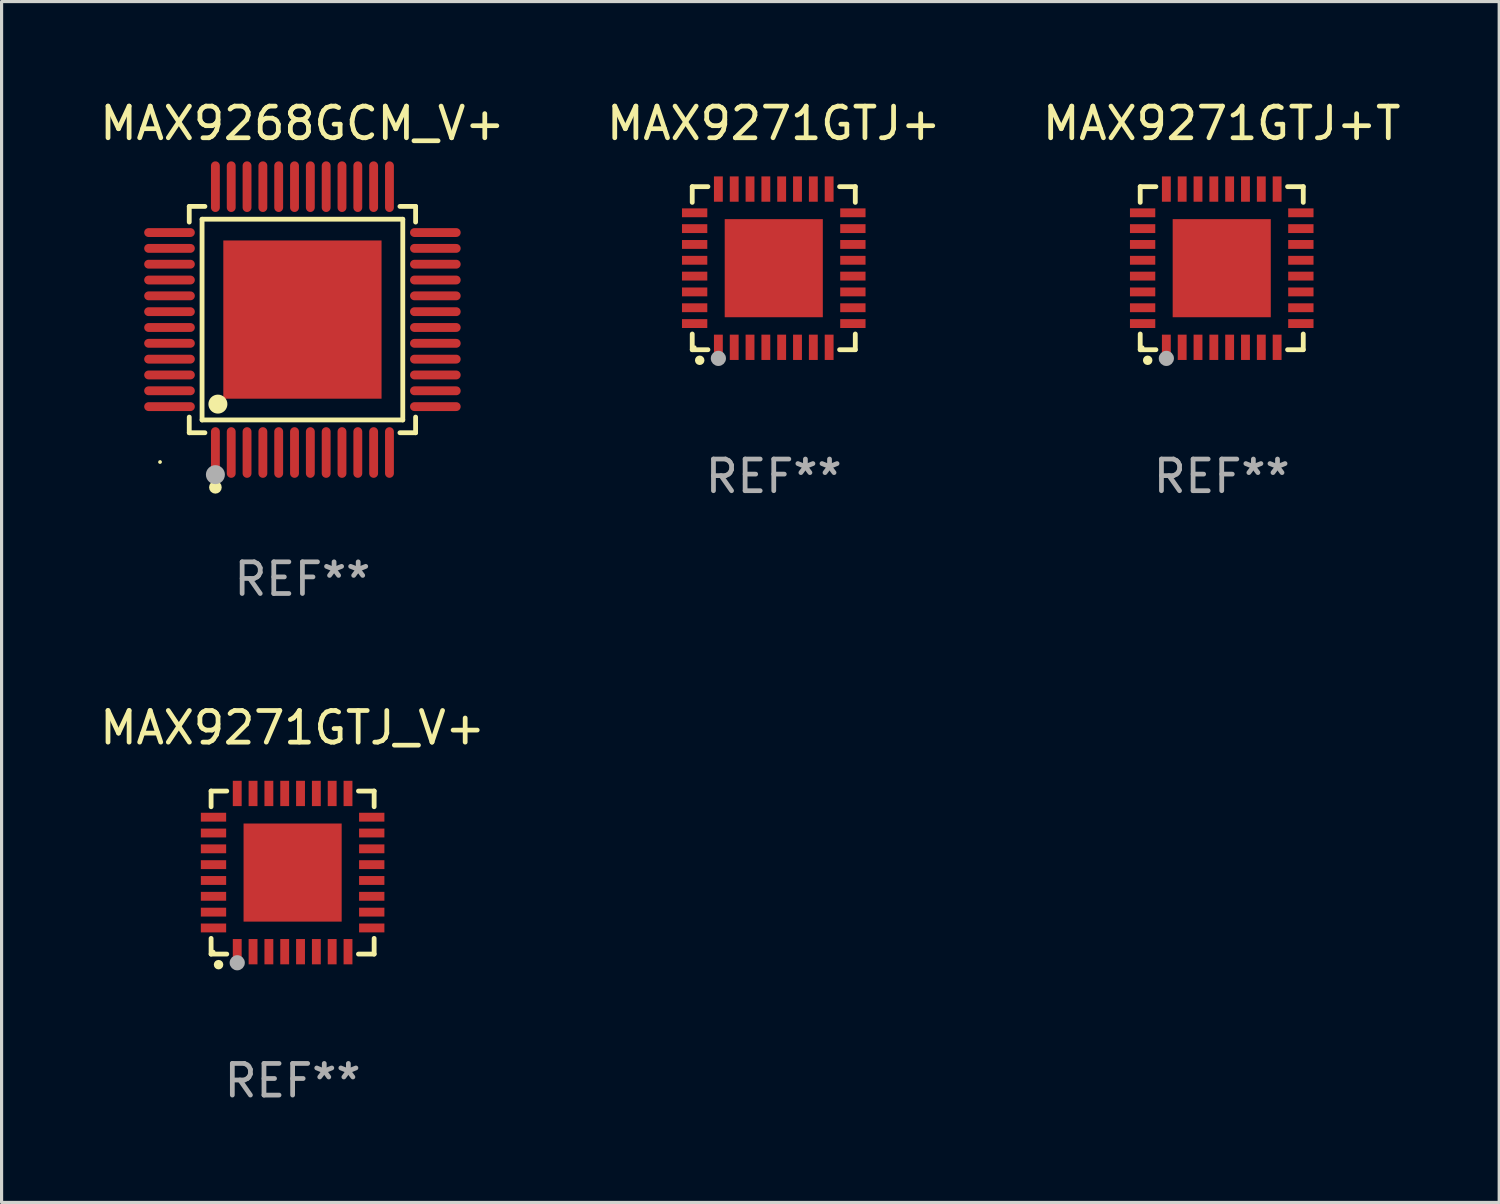
<source format=kicad_pcb>
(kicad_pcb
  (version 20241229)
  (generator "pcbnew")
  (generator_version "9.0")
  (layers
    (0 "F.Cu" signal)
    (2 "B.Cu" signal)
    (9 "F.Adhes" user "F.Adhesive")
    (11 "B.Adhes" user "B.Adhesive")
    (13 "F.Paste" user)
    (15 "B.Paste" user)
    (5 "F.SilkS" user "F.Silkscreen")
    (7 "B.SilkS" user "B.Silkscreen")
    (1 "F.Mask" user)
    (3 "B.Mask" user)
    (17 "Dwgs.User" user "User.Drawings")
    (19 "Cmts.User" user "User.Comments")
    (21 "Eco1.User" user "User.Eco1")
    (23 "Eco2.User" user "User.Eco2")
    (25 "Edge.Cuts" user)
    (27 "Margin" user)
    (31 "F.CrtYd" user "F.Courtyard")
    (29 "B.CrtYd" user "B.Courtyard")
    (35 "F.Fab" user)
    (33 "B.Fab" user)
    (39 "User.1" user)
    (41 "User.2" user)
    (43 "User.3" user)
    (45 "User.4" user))
  (footprint "MAX9271GTJ+T"
    (layer "F.Cu")
    (at 35.554 5.424)
    (property "Reference" "MAX9271GTJ+T" (at 0 -4.576 0) (layer "F.SilkS") (effects (font (size 1 1) (thickness 0.15))))
    (attr through_hole)
    (fp_line (start -2.576 -2.576) (end -2.08 -2.576) (stroke (width 0.152) (type solid)) (layer "F.SilkS"))
    (fp_line (start -2.576 -2.08) (end -2.576 -2.576) (stroke (width 0.152) (type solid)) (layer "F.SilkS"))
    (fp_line (start -2.576 2.08) (end -2.576 2.576) (stroke (width 0.152) (type solid)) (layer "F.SilkS"))
    (fp_line (start -2.576 2.576) (end -2.08 2.576) (stroke (width 0.152) (type solid)) (layer "F.SilkS"))
    (fp_line (start 2.576 -2.576) (end 2.08 -2.576) (stroke (width 0.152) (type solid)) (layer "F.SilkS"))
    (fp_line (start 2.576 -2.08) (end 2.576 -2.576) (stroke (width 0.152) (type solid)) (layer "F.SilkS"))
    (fp_line (start 2.576 2.08) (end 2.576 2.576) (stroke (width 0.152) (type solid)) (layer "F.SilkS"))
    (fp_line (start 2.576 2.576) (end 2.08 2.576) (stroke (width 0.152) (type solid)) (layer "F.SilkS"))
    (fp_circle (center -2.5 2.5) (end -2.47 2.5) (stroke (width 0.06) (type solid)) (fill no) (layer "F.SilkS"))
    (fp_circle (center -2.34 2.91) (end -2.265 2.91) (stroke (width 0.15) (type solid)) (fill no) (layer "F.SilkS"))
    (fp_circle (center -1.75 2.85) (end -1.63 2.85) (stroke (width 0.24) (type solid)) (fill no) (layer "F.Fab"))
    (fp_text user "REF**" (at 0 6.576 0) (layer "F.Fab") (effects (font (size 1 1) (thickness 0.15))))
    (pad "1" smd rect (at -1.75 2.5) (size 0.28 0.8) (layers "F.Cu" "F.Mask" "F.Paste"))
    (pad "2" smd rect (at -1.25 2.5) (size 0.28 0.8) (layers "F.Cu" "F.Mask" "F.Paste"))
    (pad "3" smd rect (at -0.75 2.5) (size 0.28 0.8) (layers "F.Cu" "F.Mask" "F.Paste"))
    (pad "4" smd rect (at -0.25 2.5) (size 0.28 0.8) (layers "F.Cu" "F.Mask" "F.Paste"))
    (pad "5" smd rect (at 0.25 2.5) (size 0.28 0.8) (layers "F.Cu" "F.Mask" "F.Paste"))
    (pad "6" smd rect (at 0.75 2.5) (size 0.28 0.8) (layers "F.Cu" "F.Mask" "F.Paste"))
    (pad "7" smd rect (at 1.25 2.5) (size 0.28 0.8) (layers "F.Cu" "F.Mask" "F.Paste"))
    (pad "8" smd rect (at 1.75 2.5) (size 0.28 0.8) (layers "F.Cu" "F.Mask" "F.Paste"))
    (pad "9" smd rect (at 2.5 1.75) (size 0.8 0.28) (layers "F.Cu" "F.Mask" "F.Paste"))
    (pad "10" smd rect (at 2.5 1.25) (size 0.8 0.28) (layers "F.Cu" "F.Mask" "F.Paste"))
    (pad "11" smd rect (at 2.5 0.75) (size 0.8 0.28) (layers "F.Cu" "F.Mask" "F.Paste"))
    (pad "12" smd rect (at 2.5 0.25) (size 0.8 0.28) (layers "F.Cu" "F.Mask" "F.Paste"))
    (pad "13" smd rect (at 2.5 -0.25) (size 0.8 0.28) (layers "F.Cu" "F.Mask" "F.Paste"))
    (pad "14" smd rect (at 2.5 -0.75) (size 0.8 0.28) (layers "F.Cu" "F.Mask" "F.Paste"))
    (pad "15" smd rect (at 2.5 -1.25) (size 0.8 0.28) (layers "F.Cu" "F.Mask" "F.Paste"))
    (pad "16" smd rect (at 2.5 -1.75) (size 0.8 0.28) (layers "F.Cu" "F.Mask" "F.Paste"))
    (pad "17" smd rect (at 1.75 -2.5) (size 0.28 0.8) (layers "F.Cu" "F.Mask" "F.Paste"))
    (pad "18" smd rect (at 1.25 -2.5) (size 0.28 0.8) (layers "F.Cu" "F.Mask" "F.Paste"))
    (pad "19" smd rect (at 0.75 -2.5) (size 0.28 0.8) (layers "F.Cu" "F.Mask" "F.Paste"))
    (pad "20" smd rect (at 0.25 -2.5) (size 0.28 0.8) (layers "F.Cu" "F.Mask" "F.Paste"))
    (pad "21" smd rect (at -0.25 -2.5) (size 0.28 0.8) (layers "F.Cu" "F.Mask" "F.Paste"))
    (pad "22" smd rect (at -0.75 -2.5) (size 0.28 0.8) (layers "F.Cu" "F.Mask" "F.Paste"))
    (pad "23" smd rect (at -1.25 -2.5) (size 0.28 0.8) (layers "F.Cu" "F.Mask" "F.Paste"))
    (pad "24" smd rect (at -1.75 -2.5) (size 0.28 0.8) (layers "F.Cu" "F.Mask" "F.Paste"))
    (pad "25" smd rect (at -2.5 -1.75) (size 0.8 0.28) (layers "F.Cu" "F.Mask" "F.Paste"))
    (pad "26" smd rect (at -2.5 -1.25) (size 0.8 0.28) (layers "F.Cu" "F.Mask" "F.Paste"))
    (pad "27" smd rect (at -2.5 -0.75) (size 0.8 0.28) (layers "F.Cu" "F.Mask" "F.Paste"))
    (pad "28" smd rect (at -2.5 -0.25) (size 0.8 0.28) (layers "F.Cu" "F.Mask" "F.Paste"))
    (pad "29" smd rect (at -2.5 0.25) (size 0.8 0.28) (layers "F.Cu" "F.Mask" "F.Paste"))
    (pad "30" smd rect (at -2.5 0.75) (size 0.8 0.28) (layers "F.Cu" "F.Mask" "F.Paste"))
    (pad "31" smd rect (at -2.5 1.25) (size 0.8 0.28) (layers "F.Cu" "F.Mask" "F.Paste"))
    (pad "32" smd rect (at -2.5 1.75) (size 0.8 0.28) (layers "F.Cu" "F.Mask" "F.Paste"))
    (pad "33" smd rect (at 0 0) (size 3.1 3.1) (layers "F.Cu" "F.Mask" "F.Paste")))
  (footprint "MAX9268GCM_V+"
    (layer "F.Cu")
    (at 6.506 7.048)
    (property "Reference" "MAX9268GCM_V+" (at 0 -6.2 0) (layer "F.SilkS") (effects (font (size 1 1) (thickness 0.15))))
    (attr through_hole)
    (fp_line (start -3.576 -3.576) (end -3.081 -3.576) (stroke (width 0.152) (type solid)) (layer "F.SilkS"))
    (fp_line (start -3.576 -3.081) (end -3.576 -3.576) (stroke (width 0.152) (type solid)) (layer "F.SilkS"))
    (fp_line (start -3.576 3.081) (end -3.576 3.576) (stroke (width 0.152) (type solid)) (layer "F.SilkS"))
    (fp_line (start -3.576 3.576) (end -3.081 3.576) (stroke (width 0.152) (type solid)) (layer "F.SilkS"))
    (fp_line (start -3.171 -3.171) (end 3.171 -3.171) (stroke (width 0.152) (type solid)) (layer "F.SilkS"))
    (fp_line (start -3.171 3.171) (end -3.171 -3.171) (stroke (width 0.152) (type solid)) (layer "F.SilkS"))
    (fp_line (start 3.171 -3.171) (end 3.171 3.171) (stroke (width 0.152) (type solid)) (layer "F.SilkS"))
    (fp_line (start 3.171 3.171) (end -3.171 3.171) (stroke (width 0.152) (type solid)) (layer "F.SilkS"))
    (fp_line (start 3.576 -3.576) (end 3.081 -3.576) (stroke (width 0.152) (type solid)) (layer "F.SilkS"))
    (fp_line (start 3.576 -3.081) (end 3.576 -3.576) (stroke (width 0.152) (type solid)) (layer "F.SilkS"))
    (fp_line (start 3.576 3.081) (end 3.576 3.576) (stroke (width 0.152) (type solid)) (layer "F.SilkS"))
    (fp_line (start 3.576 3.576) (end 3.081 3.576) (stroke (width 0.152) (type solid)) (layer "F.SilkS"))
    (fp_circle (center -4.5 4.5) (end -4.47 4.5) (stroke (width 0.06) (type solid)) (fill no) (layer "F.SilkS"))
    (fp_circle (center -2.75 5.3) (end -2.65 5.3) (stroke (width 0.2) (type solid)) (fill no) (layer "F.SilkS"))
    (fp_circle (center -2.671 2.671) (end -2.521 2.671) (stroke (width 0.3) (type solid)) (fill no) (layer "F.SilkS"))
    (fp_circle (center -2.75 4.9) (end -2.6 4.9) (stroke (width 0.3) (type solid)) (fill no) (layer "F.Fab"))
    (fp_text user "REF**" (at 0 8.2 0) (layer "F.Fab") (effects (font (size 1 1) (thickness 0.15))))
    (pad "1" smd oval (at -2.75 4.2) (size 0.28 1.6) (layers "F.Cu" "F.Mask" "F.Paste"))
    (pad "2" smd oval (at -2.25 4.2) (size 0.28 1.6) (layers "F.Cu" "F.Mask" "F.Paste"))
    (pad "3" smd oval (at -1.75 4.2) (size 0.28 1.6) (layers "F.Cu" "F.Mask" "F.Paste"))
    (pad "4" smd oval (at -1.25 4.2) (size 0.28 1.6) (layers "F.Cu" "F.Mask" "F.Paste"))
    (pad "5" smd oval (at -0.75 4.2) (size 0.28 1.6) (layers "F.Cu" "F.Mask" "F.Paste"))
    (pad "6" smd oval (at -0.25 4.2) (size 0.28 1.6) (layers "F.Cu" "F.Mask" "F.Paste"))
    (pad "7" smd oval (at 0.25 4.2) (size 0.28 1.6) (layers "F.Cu" "F.Mask" "F.Paste"))
    (pad "8" smd oval (at 0.75 4.2) (size 0.28 1.6) (layers "F.Cu" "F.Mask" "F.Paste"))
    (pad "9" smd oval (at 1.25 4.2) (size 0.28 1.6) (layers "F.Cu" "F.Mask" "F.Paste"))
    (pad "10" smd oval (at 1.75 4.2) (size 0.28 1.6) (layers "F.Cu" "F.Mask" "F.Paste"))
    (pad "11" smd oval (at 2.25 4.2) (size 0.28 1.6) (layers "F.Cu" "F.Mask" "F.Paste"))
    (pad "12" smd oval (at 2.75 4.2) (size 0.28 1.6) (layers "F.Cu" "F.Mask" "F.Paste"))
    (pad "13" smd oval (at 4.2 2.75) (size 1.6 0.28) (layers "F.Cu" "F.Mask" "F.Paste"))
    (pad "14" smd oval (at 4.2 2.25) (size 1.6 0.28) (layers "F.Cu" "F.Mask" "F.Paste"))
    (pad "15" smd oval (at 4.2 1.75) (size 1.6 0.28) (layers "F.Cu" "F.Mask" "F.Paste"))
    (pad "16" smd oval (at 4.2 1.25) (size 1.6 0.28) (layers "F.Cu" "F.Mask" "F.Paste"))
    (pad "17" smd oval (at 4.2 0.75) (size 1.6 0.28) (layers "F.Cu" "F.Mask" "F.Paste"))
    (pad "18" smd oval (at 4.2 0.25) (size 1.6 0.28) (layers "F.Cu" "F.Mask" "F.Paste"))
    (pad "19" smd oval (at 4.2 -0.25) (size 1.6 0.28) (layers "F.Cu" "F.Mask" "F.Paste"))
    (pad "20" smd oval (at 4.2 -0.75) (size 1.6 0.28) (layers "F.Cu" "F.Mask" "F.Paste"))
    (pad "21" smd oval (at 4.2 -1.25) (size 1.6 0.28) (layers "F.Cu" "F.Mask" "F.Paste"))
    (pad "22" smd oval (at 4.2 -1.75) (size 1.6 0.28) (layers "F.Cu" "F.Mask" "F.Paste"))
    (pad "23" smd oval (at 4.2 -2.25) (size 1.6 0.28) (layers "F.Cu" "F.Mask" "F.Paste"))
    (pad "24" smd oval (at 4.2 -2.75) (size 1.6 0.28) (layers "F.Cu" "F.Mask" "F.Paste"))
    (pad "25" smd oval (at 2.75 -4.2) (size 0.28 1.6) (layers "F.Cu" "F.Mask" "F.Paste"))
    (pad "26" smd oval (at 2.25 -4.2) (size 0.28 1.6) (layers "F.Cu" "F.Mask" "F.Paste"))
    (pad "27" smd oval (at 1.75 -4.2) (size 0.28 1.6) (layers "F.Cu" "F.Mask" "F.Paste"))
    (pad "28" smd oval (at 1.25 -4.2) (size 0.28 1.6) (layers "F.Cu" "F.Mask" "F.Paste"))
    (pad "29" smd oval (at 0.75 -4.2) (size 0.28 1.6) (layers "F.Cu" "F.Mask" "F.Paste"))
    (pad "30" smd oval (at 0.25 -4.2) (size 0.28 1.6) (layers "F.Cu" "F.Mask" "F.Paste"))
    (pad "31" smd oval (at -0.25 -4.2) (size 0.28 1.6) (layers "F.Cu" "F.Mask" "F.Paste"))
    (pad "32" smd oval (at -0.75 -4.2) (size 0.28 1.6) (layers "F.Cu" "F.Mask" "F.Paste"))
    (pad "33" smd oval (at -1.25 -4.2) (size 0.28 1.6) (layers "F.Cu" "F.Mask" "F.Paste"))
    (pad "34" smd oval (at -1.75 -4.2) (size 0.28 1.6) (layers "F.Cu" "F.Mask" "F.Paste"))
    (pad "35" smd oval (at -2.25 -4.2) (size 0.28 1.6) (layers "F.Cu" "F.Mask" "F.Paste"))
    (pad "36" smd oval (at -2.75 -4.2) (size 0.28 1.6) (layers "F.Cu" "F.Mask" "F.Paste"))
    (pad "37" smd oval (at -4.2 -2.75) (size 1.6 0.28) (layers "F.Cu" "F.Mask" "F.Paste"))
    (pad "38" smd oval (at -4.2 -2.25) (size 1.6 0.28) (layers "F.Cu" "F.Mask" "F.Paste"))
    (pad "39" smd oval (at -4.2 -1.75) (size 1.6 0.28) (layers "F.Cu" "F.Mask" "F.Paste"))
    (pad "40" smd oval (at -4.2 -1.25) (size 1.6 0.28) (layers "F.Cu" "F.Mask" "F.Paste"))
    (pad "41" smd oval (at -4.2 -0.75) (size 1.6 0.28) (layers "F.Cu" "F.Mask" "F.Paste"))
    (pad "42" smd oval (at -4.2 -0.25) (size 1.6 0.28) (layers "F.Cu" "F.Mask" "F.Paste"))
    (pad "43" smd oval (at -4.2 0.25) (size 1.6 0.28) (layers "F.Cu" "F.Mask" "F.Paste"))
    (pad "44" smd oval (at -4.2 0.75) (size 1.6 0.28) (layers "F.Cu" "F.Mask" "F.Paste"))
    (pad "45" smd oval (at -4.2 1.25) (size 1.6 0.28) (layers "F.Cu" "F.Mask" "F.Paste"))
    (pad "46" smd oval (at -4.2 1.75) (size 1.6 0.28) (layers "F.Cu" "F.Mask" "F.Paste"))
    (pad "47" smd oval (at -4.2 2.25) (size 1.6 0.28) (layers "F.Cu" "F.Mask" "F.Paste"))
    (pad "48" smd oval (at -4.2 2.75) (size 1.6 0.28) (layers "F.Cu" "F.Mask" "F.Paste"))
    (pad "49" smd rect (at 0 0) (size 5 5) (layers "F.Cu" "F.Mask" "F.Paste")))
  (footprint "MAX9271GTJ_V+"
    (layer "F.Cu")
    (at 6.196 24.521)
    (property "Reference" "MAX9271GTJ_V+" (at 0 -4.576 0) (layer "F.SilkS") (effects (font (size 1 1) (thickness 0.15))))
    (attr through_hole)
    (fp_line (start -2.576 -2.576) (end -2.08 -2.576) (stroke (width 0.152) (type solid)) (layer "F.SilkS"))
    (fp_line (start -2.576 -2.08) (end -2.576 -2.576) (stroke (width 0.152) (type solid)) (layer "F.SilkS"))
    (fp_line (start -2.576 2.08) (end -2.576 2.576) (stroke (width 0.152) (type solid)) (layer "F.SilkS"))
    (fp_line (start -2.576 2.576) (end -2.08 2.576) (stroke (width 0.152) (type solid)) (layer "F.SilkS"))
    (fp_line (start 2.576 -2.576) (end 2.08 -2.576) (stroke (width 0.152) (type solid)) (layer "F.SilkS"))
    (fp_line (start 2.576 -2.08) (end 2.576 -2.576) (stroke (width 0.152) (type solid)) (layer "F.SilkS"))
    (fp_line (start 2.576 2.08) (end 2.576 2.576) (stroke (width 0.152) (type solid)) (layer "F.SilkS"))
    (fp_line (start 2.576 2.576) (end 2.08 2.576) (stroke (width 0.152) (type solid)) (layer "F.SilkS"))
    (fp_circle (center -2.5 2.5) (end -2.47 2.5) (stroke (width 0.06) (type solid)) (fill no) (layer "F.SilkS"))
    (fp_circle (center -2.34 2.91) (end -2.265 2.91) (stroke (width 0.15) (type solid)) (fill no) (layer "F.SilkS"))
    (fp_circle (center -1.75 2.85) (end -1.63 2.85) (stroke (width 0.24) (type solid)) (fill no) (layer "F.Fab"))
    (fp_text user "REF**" (at 0 6.576 0) (layer "F.Fab") (effects (font (size 1 1) (thickness 0.15))))
    (pad "1" smd rect (at -1.75 2.5) (size 0.28 0.8) (layers "F.Cu" "F.Mask" "F.Paste"))
    (pad "2" smd rect (at -1.25 2.5) (size 0.28 0.8) (layers "F.Cu" "F.Mask" "F.Paste"))
    (pad "3" smd rect (at -0.75 2.5) (size 0.28 0.8) (layers "F.Cu" "F.Mask" "F.Paste"))
    (pad "4" smd rect (at -0.25 2.5) (size 0.28 0.8) (layers "F.Cu" "F.Mask" "F.Paste"))
    (pad "5" smd rect (at 0.25 2.5) (size 0.28 0.8) (layers "F.Cu" "F.Mask" "F.Paste"))
    (pad "6" smd rect (at 0.75 2.5) (size 0.28 0.8) (layers "F.Cu" "F.Mask" "F.Paste"))
    (pad "7" smd rect (at 1.25 2.5) (size 0.28 0.8) (layers "F.Cu" "F.Mask" "F.Paste"))
    (pad "8" smd rect (at 1.75 2.5) (size 0.28 0.8) (layers "F.Cu" "F.Mask" "F.Paste"))
    (pad "9" smd rect (at 2.5 1.75) (size 0.8 0.28) (layers "F.Cu" "F.Mask" "F.Paste"))
    (pad "10" smd rect (at 2.5 1.25) (size 0.8 0.28) (layers "F.Cu" "F.Mask" "F.Paste"))
    (pad "11" smd rect (at 2.5 0.75) (size 0.8 0.28) (layers "F.Cu" "F.Mask" "F.Paste"))
    (pad "12" smd rect (at 2.5 0.25) (size 0.8 0.28) (layers "F.Cu" "F.Mask" "F.Paste"))
    (pad "13" smd rect (at 2.5 -0.25) (size 0.8 0.28) (layers "F.Cu" "F.Mask" "F.Paste"))
    (pad "14" smd rect (at 2.5 -0.75) (size 0.8 0.28) (layers "F.Cu" "F.Mask" "F.Paste"))
    (pad "15" smd rect (at 2.5 -1.25) (size 0.8 0.28) (layers "F.Cu" "F.Mask" "F.Paste"))
    (pad "16" smd rect (at 2.5 -1.75) (size 0.8 0.28) (layers "F.Cu" "F.Mask" "F.Paste"))
    (pad "17" smd rect (at 1.75 -2.5) (size 0.28 0.8) (layers "F.Cu" "F.Mask" "F.Paste"))
    (pad "18" smd rect (at 1.25 -2.5) (size 0.28 0.8) (layers "F.Cu" "F.Mask" "F.Paste"))
    (pad "19" smd rect (at 0.75 -2.5) (size 0.28 0.8) (layers "F.Cu" "F.Mask" "F.Paste"))
    (pad "20" smd rect (at 0.25 -2.5) (size 0.28 0.8) (layers "F.Cu" "F.Mask" "F.Paste"))
    (pad "21" smd rect (at -0.25 -2.5) (size 0.28 0.8) (layers "F.Cu" "F.Mask" "F.Paste"))
    (pad "22" smd rect (at -0.75 -2.5) (size 0.28 0.8) (layers "F.Cu" "F.Mask" "F.Paste"))
    (pad "23" smd rect (at -1.25 -2.5) (size 0.28 0.8) (layers "F.Cu" "F.Mask" "F.Paste"))
    (pad "24" smd rect (at -1.75 -2.5) (size 0.28 0.8) (layers "F.Cu" "F.Mask" "F.Paste"))
    (pad "25" smd rect (at -2.5 -1.75) (size 0.8 0.28) (layers "F.Cu" "F.Mask" "F.Paste"))
    (pad "26" smd rect (at -2.5 -1.25) (size 0.8 0.28) (layers "F.Cu" "F.Mask" "F.Paste"))
    (pad "27" smd rect (at -2.5 -0.75) (size 0.8 0.28) (layers "F.Cu" "F.Mask" "F.Paste"))
    (pad "28" smd rect (at -2.5 -0.25) (size 0.8 0.28) (layers "F.Cu" "F.Mask" "F.Paste"))
    (pad "29" smd rect (at -2.5 0.25) (size 0.8 0.28) (layers "F.Cu" "F.Mask" "F.Paste"))
    (pad "30" smd rect (at -2.5 0.75) (size 0.8 0.28) (layers "F.Cu" "F.Mask" "F.Paste"))
    (pad "31" smd rect (at -2.5 1.25) (size 0.8 0.28) (layers "F.Cu" "F.Mask" "F.Paste"))
    (pad "32" smd rect (at -2.5 1.75) (size 0.8 0.28) (layers "F.Cu" "F.Mask" "F.Paste"))
    (pad "33" smd rect (at 0 0) (size 3.1 3.1) (layers "F.Cu" "F.Mask" "F.Paste")))
  (footprint "MAX9271GTJ+"
    (layer "F.Cu")
    (at 21.399 5.424)
    (property "Reference" "MAX9271GTJ+" (at 0 -4.576 0) (layer "F.SilkS") (effects (font (size 1 1) (thickness 0.15))))
    (attr through_hole)
    (fp_line (start -2.576 -2.576) (end -2.08 -2.576) (stroke (width 0.152) (type solid)) (layer "F.SilkS"))
    (fp_line (start -2.576 -2.08) (end -2.576 -2.576) (stroke (width 0.152) (type solid)) (layer "F.SilkS"))
    (fp_line (start -2.576 2.08) (end -2.576 2.576) (stroke (width 0.152) (type solid)) (layer "F.SilkS"))
    (fp_line (start -2.576 2.576) (end -2.08 2.576) (stroke (width 0.152) (type solid)) (layer "F.SilkS"))
    (fp_line (start 2.576 -2.576) (end 2.08 -2.576) (stroke (width 0.152) (type solid)) (layer "F.SilkS"))
    (fp_line (start 2.576 -2.08) (end 2.576 -2.576) (stroke (width 0.152) (type solid)) (layer "F.SilkS"))
    (fp_line (start 2.576 2.08) (end 2.576 2.576) (stroke (width 0.152) (type solid)) (layer "F.SilkS"))
    (fp_line (start 2.576 2.576) (end 2.08 2.576) (stroke (width 0.152) (type solid)) (layer "F.SilkS"))
    (fp_circle (center -2.5 2.5) (end -2.47 2.5) (stroke (width 0.06) (type solid)) (fill no) (layer "F.SilkS"))
    (fp_circle (center -2.34 2.91) (end -2.265 2.91) (stroke (width 0.15) (type solid)) (fill no) (layer "F.SilkS"))
    (fp_circle (center -1.75 2.85) (end -1.63 2.85) (stroke (width 0.24) (type solid)) (fill no) (layer "F.Fab"))
    (fp_text user "REF**" (at 0 6.576 0) (layer "F.Fab") (effects (font (size 1 1) (thickness 0.15))))
    (pad "1" smd rect (at -1.75 2.5) (size 0.28 0.8) (layers "F.Cu" "F.Mask" "F.Paste"))
    (pad "2" smd rect (at -1.25 2.5) (size 0.28 0.8) (layers "F.Cu" "F.Mask" "F.Paste"))
    (pad "3" smd rect (at -0.75 2.5) (size 0.28 0.8) (layers "F.Cu" "F.Mask" "F.Paste"))
    (pad "4" smd rect (at -0.25 2.5) (size 0.28 0.8) (layers "F.Cu" "F.Mask" "F.Paste"))
    (pad "5" smd rect (at 0.25 2.5) (size 0.28 0.8) (layers "F.Cu" "F.Mask" "F.Paste"))
    (pad "6" smd rect (at 0.75 2.5) (size 0.28 0.8) (layers "F.Cu" "F.Mask" "F.Paste"))
    (pad "7" smd rect (at 1.25 2.5) (size 0.28 0.8) (layers "F.Cu" "F.Mask" "F.Paste"))
    (pad "8" smd rect (at 1.75 2.5) (size 0.28 0.8) (layers "F.Cu" "F.Mask" "F.Paste"))
    (pad "9" smd rect (at 2.5 1.75) (size 0.8 0.28) (layers "F.Cu" "F.Mask" "F.Paste"))
    (pad "10" smd rect (at 2.5 1.25) (size 0.8 0.28) (layers "F.Cu" "F.Mask" "F.Paste"))
    (pad "11" smd rect (at 2.5 0.75) (size 0.8 0.28) (layers "F.Cu" "F.Mask" "F.Paste"))
    (pad "12" smd rect (at 2.5 0.25) (size 0.8 0.28) (layers "F.Cu" "F.Mask" "F.Paste"))
    (pad "13" smd rect (at 2.5 -0.25) (size 0.8 0.28) (layers "F.Cu" "F.Mask" "F.Paste"))
    (pad "14" smd rect (at 2.5 -0.75) (size 0.8 0.28) (layers "F.Cu" "F.Mask" "F.Paste"))
    (pad "15" smd rect (at 2.5 -1.25) (size 0.8 0.28) (layers "F.Cu" "F.Mask" "F.Paste"))
    (pad "16" smd rect (at 2.5 -1.75) (size 0.8 0.28) (layers "F.Cu" "F.Mask" "F.Paste"))
    (pad "17" smd rect (at 1.75 -2.5) (size 0.28 0.8) (layers "F.Cu" "F.Mask" "F.Paste"))
    (pad "18" smd rect (at 1.25 -2.5) (size 0.28 0.8) (layers "F.Cu" "F.Mask" "F.Paste"))
    (pad "19" smd rect (at 0.75 -2.5) (size 0.28 0.8) (layers "F.Cu" "F.Mask" "F.Paste"))
    (pad "20" smd rect (at 0.25 -2.5) (size 0.28 0.8) (layers "F.Cu" "F.Mask" "F.Paste"))
    (pad "21" smd rect (at -0.25 -2.5) (size 0.28 0.8) (layers "F.Cu" "F.Mask" "F.Paste"))
    (pad "22" smd rect (at -0.75 -2.5) (size 0.28 0.8) (layers "F.Cu" "F.Mask" "F.Paste"))
    (pad "23" smd rect (at -1.25 -2.5) (size 0.28 0.8) (layers "F.Cu" "F.Mask" "F.Paste"))
    (pad "24" smd rect (at -1.75 -2.5) (size 0.28 0.8) (layers "F.Cu" "F.Mask" "F.Paste"))
    (pad "25" smd rect (at -2.5 -1.75) (size 0.8 0.28) (layers "F.Cu" "F.Mask" "F.Paste"))
    (pad "26" smd rect (at -2.5 -1.25) (size 0.8 0.28) (layers "F.Cu" "F.Mask" "F.Paste"))
    (pad "27" smd rect (at -2.5 -0.75) (size 0.8 0.28) (layers "F.Cu" "F.Mask" "F.Paste"))
    (pad "28" smd rect (at -2.5 -0.25) (size 0.8 0.28) (layers "F.Cu" "F.Mask" "F.Paste"))
    (pad "29" smd rect (at -2.5 0.25) (size 0.8 0.28) (layers "F.Cu" "F.Mask" "F.Paste"))
    (pad "30" smd rect (at -2.5 0.75) (size 0.8 0.28) (layers "F.Cu" "F.Mask" "F.Paste"))
    (pad "31" smd rect (at -2.5 1.25) (size 0.8 0.28) (layers "F.Cu" "F.Mask" "F.Paste"))
    (pad "32" smd rect (at -2.5 1.75) (size 0.8 0.28) (layers "F.Cu" "F.Mask" "F.Paste"))
    (pad "33" smd rect (at 0 0) (size 3.1 3.1) (layers "F.Cu" "F.Mask" "F.Paste")))
  (gr_rect
    (start -3 -3)
    (end 44.321 34.945)
    (stroke (width 0.1) (type default))
    (fill no)
    (layer "Edge.Cuts")))
</source>
